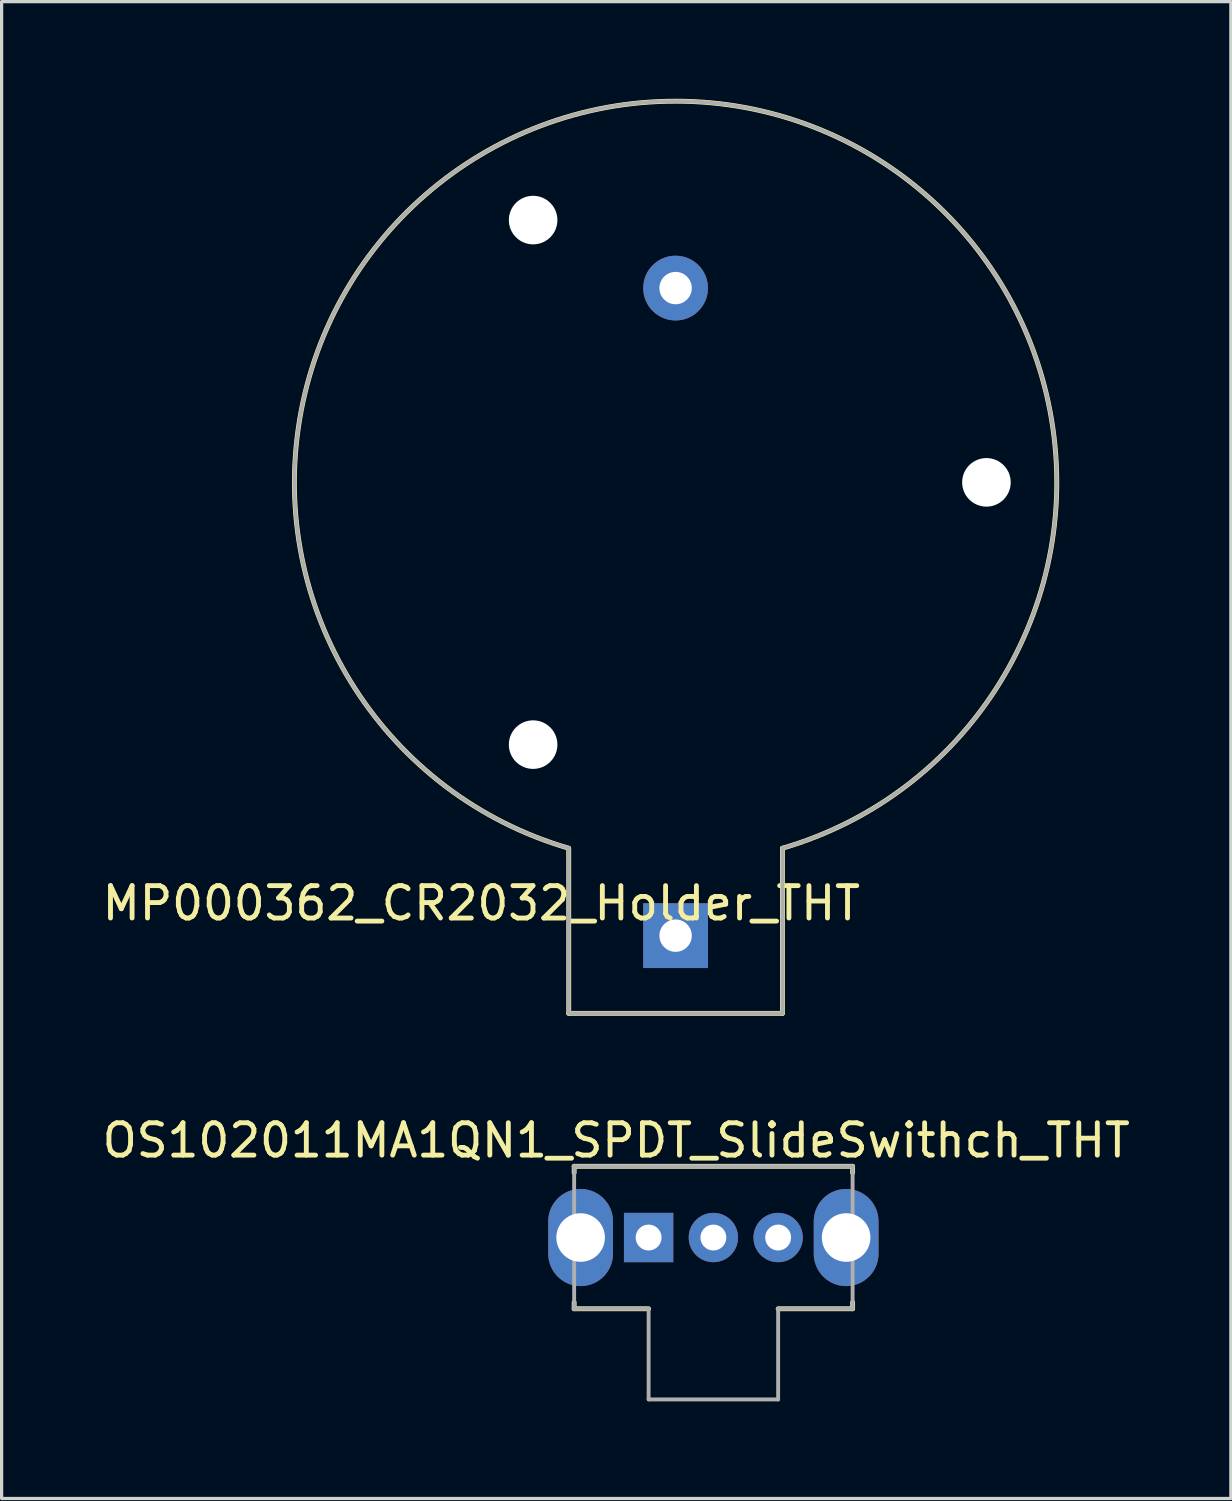
<source format=kicad_pcb>
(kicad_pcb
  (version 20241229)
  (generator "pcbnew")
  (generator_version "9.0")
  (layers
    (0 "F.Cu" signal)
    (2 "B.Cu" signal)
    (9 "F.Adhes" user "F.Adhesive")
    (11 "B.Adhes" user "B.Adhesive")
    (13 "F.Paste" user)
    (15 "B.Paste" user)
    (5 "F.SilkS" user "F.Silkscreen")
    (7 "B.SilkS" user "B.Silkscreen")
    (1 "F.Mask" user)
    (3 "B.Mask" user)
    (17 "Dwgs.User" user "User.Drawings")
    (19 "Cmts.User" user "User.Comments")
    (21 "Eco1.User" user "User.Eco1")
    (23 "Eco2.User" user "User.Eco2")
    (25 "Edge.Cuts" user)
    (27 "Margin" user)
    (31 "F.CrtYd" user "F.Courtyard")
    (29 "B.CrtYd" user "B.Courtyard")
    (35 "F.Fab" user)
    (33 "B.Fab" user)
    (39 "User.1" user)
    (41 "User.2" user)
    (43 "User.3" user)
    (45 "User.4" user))
  (footprint "MP000362_CR2032_Holder_THT"
    (layer "F.Cu")
    (at 17.815 11.847)
    (property "Reference" "MP000362_CR2032_Holder_THT" (at -6 13 180) (layer "F.SilkS") (effects (font (size 1 1) (thickness 0.15))))
    (attr through_hole)
    (fp_line (start -3.3 16.4) (end -3.3 11.3) (stroke (width 0.15) (type solid)) (layer "F.SilkS"))
    (fp_line (start 3.3 11.3) (end 3.3 16.4) (stroke (width 0.15) (type solid)) (layer "F.SilkS"))
    (fp_line (start 3.3 16.4) (end -3.3 16.4) (stroke (width 0.15) (type solid)) (layer "F.SilkS"))
    (fp_arc (start -3.308017 11.297656) (mid 0.004176 -11.772) (end 3.3 11.3) (stroke (width 0.15) (type solid)) (layer "F.SilkS"))
    (fp_line (start -3.3 16.4) (end -3.3 11.3) (stroke (width 0.12) (type solid)) (layer "F.Fab"))
    (fp_line (start 3.3 11.3) (end 3.3 16.4) (stroke (width 0.12) (type solid)) (layer "F.Fab"))
    (fp_line (start 3.3 16.4) (end -3.3 16.4) (stroke (width 0.12) (type solid)) (layer "F.Fab"))
    (fp_arc (start -3.308017 11.297656) (mid 0.004176 -11.772) (end 3.3 11.3) (stroke (width 0.12) (type solid)) (layer "F.Fab"))
    (pad "" np_thru_hole circle (at -4.4 -8.1 180) (size 1.5 1.5) (drill 1.5) (layers "*.Cu" "*.Mask"))
    (pad "" np_thru_hole circle (at -4.4 8.1 180) (size 1.5 1.5) (drill 1.5) (layers "*.Cu" "*.Mask"))
    (pad "" np_thru_hole circle (at 9.6 0 180) (size 1.5 1.5) (drill 1.5) (layers "*.Cu" "*.Mask"))
    (pad "1" thru_hole rect (at 0 14 180) (size 2 2) (drill 1) (layers "*.Cu" "*.Mask"))
    (pad "2" thru_hole circle (at 0 -6 180) (size 2 2) (drill 1) (layers "*.Cu" "*.Mask")))
  (footprint "OS102011MA1QN1_SPDT_SlideSwithch_THT"
    (layer "F.Cu")
    (at 18.982 35.17)
    (property "Reference" "OS102011MA1QN1_SPDT_SlideSwithch_THT" (at -3 -3 0) (layer "F.SilkS") (effects (font (size 1 1) (thickness 0.15))))
    (attr through_hole)
    (fp_line (start -4.3 -2.2) (end -4.3 -2) (stroke (width 0.15) (type solid)) (layer "F.SilkS"))
    (fp_line (start -4.3 2.2) (end -4.3 2) (stroke (width 0.15) (type solid)) (layer "F.SilkS"))
    (fp_line (start -2 2.2) (end -4.3 2.2) (stroke (width 0.15) (type solid)) (layer "F.SilkS"))
    (fp_line (start 2 2.2) (end 4.3 2.2) (stroke (width 0.15) (type solid)) (layer "F.SilkS"))
    (fp_line (start 4.3 -2.2) (end -4.3 -2.2) (stroke (width 0.15) (type solid)) (layer "F.SilkS"))
    (fp_line (start 4.3 -2.2) (end 4.3 -2) (stroke (width 0.15) (type solid)) (layer "F.SilkS"))
    (fp_line (start 4.3 2.2) (end 4.3 2) (stroke (width 0.15) (type solid)) (layer "F.SilkS"))
    (fp_line (start -4.3 -2.2) (end -4.3 2.2) (stroke (width 0.12) (type solid)) (layer "F.Fab"))
    (fp_line (start -4.3 2.2) (end -2 2.2) (stroke (width 0.12) (type solid)) (layer "F.Fab"))
    (fp_line (start -2 2.2) (end -2 5) (stroke (width 0.12) (type solid)) (layer "F.Fab"))
    (fp_line (start -2 5) (end 2 5) (stroke (width 0.12) (type solid)) (layer "F.Fab"))
    (fp_line (start 2 2.2) (end 4.3 2.2) (stroke (width 0.12) (type solid)) (layer "F.Fab"))
    (fp_line (start 2 5) (end 2 2.2) (stroke (width 0.12) (type solid)) (layer "F.Fab"))
    (fp_line (start 4.3 -2.2) (end -4.3 -2.2) (stroke (width 0.12) (type solid)) (layer "F.Fab"))
    (fp_line (start 4.3 -2.2) (end 4.3 2.2) (stroke (width 0.12) (type solid)) (layer "F.Fab"))
    (pad "" thru_hole oval (at -4.1 0) (size 2 3) (drill 1.5) (layers "*.Cu" "*.Mask"))
    (pad "" thru_hole oval (at 4.1 0) (size 2 3) (drill 1.5) (layers "*.Cu" "*.Mask"))
    (pad "1" thru_hole rect (at -2 0) (size 1.524 1.524) (drill 0.8) (layers "*.Cu" "*.Mask"))
    (pad "2" thru_hole circle (at 0 0) (size 1.524 1.524) (drill 0.8) (layers "*.Cu" "*.Mask"))
    (pad "3" thru_hole circle (at 2 0) (size 1.524 1.524) (drill 0.8) (layers "*.Cu" "*.Mask")))
  (gr_rect
    (start -3 -3)
    (end 34.964 43.23)
    (stroke (width 0.1) (type default))
    (fill no)
    (layer "Edge.Cuts")))
</source>
